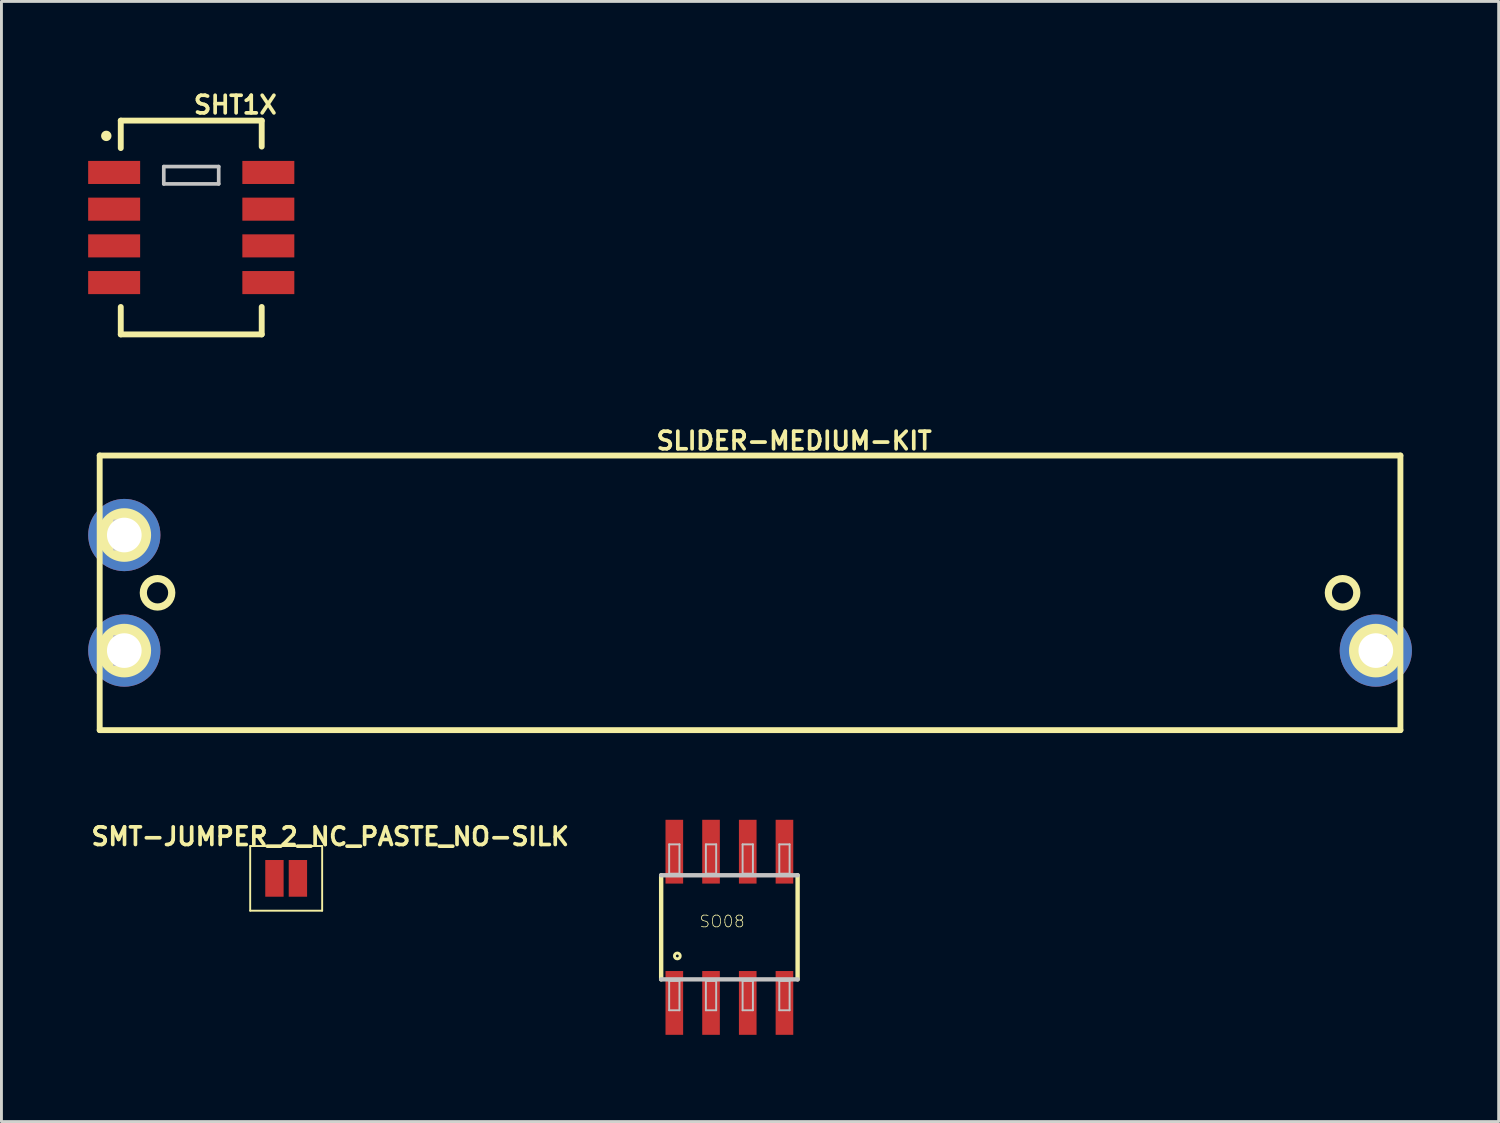
<source format=kicad_pcb>
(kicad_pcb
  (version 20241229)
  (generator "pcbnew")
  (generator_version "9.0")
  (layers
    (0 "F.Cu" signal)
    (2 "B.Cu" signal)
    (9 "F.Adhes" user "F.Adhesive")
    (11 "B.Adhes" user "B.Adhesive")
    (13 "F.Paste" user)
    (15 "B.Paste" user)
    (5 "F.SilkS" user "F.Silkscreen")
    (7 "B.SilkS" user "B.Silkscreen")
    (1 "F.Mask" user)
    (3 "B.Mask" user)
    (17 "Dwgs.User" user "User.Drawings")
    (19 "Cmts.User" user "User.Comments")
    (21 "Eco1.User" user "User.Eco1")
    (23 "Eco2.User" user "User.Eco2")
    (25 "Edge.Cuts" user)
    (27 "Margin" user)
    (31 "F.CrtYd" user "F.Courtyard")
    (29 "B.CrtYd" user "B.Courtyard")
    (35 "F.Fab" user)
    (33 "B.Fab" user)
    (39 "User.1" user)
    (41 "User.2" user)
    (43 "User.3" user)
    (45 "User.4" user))
  (footprint "SLIDER-MEDIUM-KIT"
    (layer "F.Cu")
    (at 22.898 17.458)
    (property "Reference" "SLIDER-MEDIUM-KIT" (at 1.524 -5.258 0) (layer "F.SilkS") (effects (font (size 0.61 0.61) (thickness 0.127))))
    (attr exclude_from_pos_files exclude_from_bom)
    (fp_line (start -22.499 -4.75) (end -22.499 4.75) (stroke (width 0.203) (type solid)) (layer "F.SilkS"))
    (fp_line (start -22.499 4.75) (end 22.499 4.75) (stroke (width 0.203) (type solid)) (layer "F.SilkS"))
    (fp_line (start 22.499 -4.75) (end -22.499 -4.75) (stroke (width 0.203) (type solid)) (layer "F.SilkS"))
    (fp_line (start 22.499 4.75) (end 22.499 -4.75) (stroke (width 0.203) (type solid)) (layer "F.SilkS"))
    (fp_circle (center -21.648 -1.999) (end -22.304 -2.654) (stroke (width 0) (type solid)) (fill yes) (layer "F.SilkS"))
    (fp_circle (center -21.648 -1.999) (end -21.948 -2.299) (stroke (width 0) (type solid)) (fill yes) (layer "F.SilkS"))
    (fp_circle (center -21.648 1.999) (end -22.304 2.654) (stroke (width 0) (type solid)) (fill yes) (layer "F.SilkS"))
    (fp_circle (center -21.648 1.999) (end -21.948 2.299) (stroke (width 0) (type solid)) (fill yes) (layer "F.SilkS"))
    (fp_circle (center -20.498 0) (end -20.846 0.348) (stroke (width 0.249) (type solid)) (fill no) (layer "F.SilkS"))
    (fp_circle (center 20.498 0) (end 20.846 0.348) (stroke (width 0.249) (type solid)) (fill no) (layer "F.SilkS"))
    (fp_circle (center 21.648 1.999) (end 21.948 2.299) (stroke (width 0) (type solid)) (fill yes) (layer "F.SilkS"))
    (fp_circle (center 21.648 1.999) (end 22.304 2.654) (stroke (width 0) (type solid)) (fill yes) (layer "F.SilkS"))
    (fp_line (start -21.999 -2.499) (end -21.499 -2.499) (stroke (width 0.066) (type solid)) (layer "Dwgs.User"))
    (fp_line (start -21.999 -1.499) (end -21.999 -2.499) (stroke (width 0.066) (type solid)) (layer "Dwgs.User"))
    (fp_line (start -21.999 -1.499) (end -21.499 -1.499) (stroke (width 0.066) (type solid)) (layer "Dwgs.User"))
    (fp_line (start -21.999 1.499) (end -21.499 1.499) (stroke (width 0.066) (type solid)) (layer "Dwgs.User"))
    (fp_line (start -21.999 2.499) (end -21.999 1.499) (stroke (width 0.066) (type solid)) (layer "Dwgs.User"))
    (fp_line (start -21.999 2.499) (end -21.499 2.499) (stroke (width 0.066) (type solid)) (layer "Dwgs.User"))
    (fp_line (start -21.499 -1.499) (end -21.499 -2.499) (stroke (width 0.066) (type solid)) (layer "Dwgs.User"))
    (fp_line (start -21.499 2.499) (end -21.499 1.499) (stroke (width 0.066) (type solid)) (layer "Dwgs.User"))
    (fp_line (start 21.499 1.499) (end 21.999 1.499) (stroke (width 0.066) (type solid)) (layer "Dwgs.User"))
    (fp_line (start 21.499 2.499) (end 21.499 1.499) (stroke (width 0.066) (type solid)) (layer "Dwgs.User"))
    (fp_line (start 21.499 2.499) (end 21.999 2.499) (stroke (width 0.066) (type solid)) (layer "Dwgs.User"))
    (fp_line (start 21.999 2.499) (end 21.999 1.499) (stroke (width 0.066) (type solid)) (layer "Dwgs.User"))
    (pad "BOTT" thru_hole circle (at 21.648 1.999) (size 2.499 2.499) (drill 1.199) (layers "*.Cu" "*.Paste" "*.Mask"))
    (pad "TOP" thru_hole circle (at -21.648 1.999) (size 2.499 2.499) (drill 1.199) (layers "*.Cu" "*.Paste" "*.Mask"))
    (pad "WIPE" thru_hole circle (at -21.648 -1.999) (size 2.499 2.499) (drill 1.199) (layers "*.Cu" "*.Paste" "*.Mask")))
  (footprint "SHT1X"
    (layer "F.Cu")
    (at 3.566 4.821)
    (property "Reference" "SHT1X" (at 1.524 -4.242 0) (layer "F.SilkS") (effects (font (size 0.61 0.61) (thickness 0.127))))
    (attr smd)
    (fp_line (start -2.438 -3.698) (end 2.438 -3.698) (stroke (width 0.203) (type solid)) (layer "F.SilkS"))
    (fp_line (start -2.438 -2.748) (end -2.438 -3.698) (stroke (width 0.203) (type solid)) (layer "F.SilkS"))
    (fp_line (start -2.438 3.698) (end -2.438 2.748) (stroke (width 0.203) (type solid)) (layer "F.SilkS"))
    (fp_line (start 2.438 -3.698) (end 2.438 -2.799) (stroke (width 0.203) (type solid)) (layer "F.SilkS"))
    (fp_line (start 2.438 2.748) (end 2.438 3.698) (stroke (width 0.203) (type solid)) (layer "F.SilkS"))
    (fp_line (start 2.438 3.698) (end -2.438 3.698) (stroke (width 0.203) (type solid)) (layer "F.SilkS"))
    (fp_circle (center -2.939 -3.17) (end -3.066 -3.297) (stroke (width 0) (type solid)) (fill yes) (layer "F.SilkS"))
    (fp_line (start -0.95 -2.108) (end 0.95 -2.108) (stroke (width 0.127) (type solid)) (layer "Dwgs.User"))
    (fp_line (start -0.95 -1.509) (end -0.95 -2.108) (stroke (width 0.127) (type solid)) (layer "Dwgs.User"))
    (fp_line (start 0.95 -2.108) (end 0.95 -1.509) (stroke (width 0.127) (type solid)) (layer "Dwgs.User"))
    (fp_line (start 0.95 -1.509) (end -0.95 -1.509) (stroke (width 0.127) (type solid)) (layer "Dwgs.User"))
    (pad "1" smd rect (at -2.667 -1.905 180) (size 1.798 0.798) (layers "F.Cu" "F.Mask" "F.Paste"))
    (pad "2" smd rect (at -2.667 -0.635 180) (size 1.798 0.798) (layers "F.Cu" "F.Mask" "F.Paste"))
    (pad "3" smd rect (at -2.667 0.635 180) (size 1.798 0.798) (layers "F.Cu" "F.Mask" "F.Paste"))
    (pad "4" smd rect (at -2.667 1.905 180) (size 1.798 0.798) (layers "F.Cu" "F.Mask" "F.Paste"))
    (pad "5" smd rect (at 2.667 1.905 180) (size 1.798 0.798) (layers "F.Cu" "F.Mask" "F.Paste"))
    (pad "6" smd rect (at 2.667 0.635 180) (size 1.798 0.798) (layers "F.Cu" "F.Mask" "F.Paste"))
    (pad "7" smd rect (at 2.667 -0.635 180) (size 1.798 0.798) (layers "F.Cu" "F.Mask" "F.Paste"))
    (pad "8" smd rect (at 2.667 -1.905 180) (size 1.798 0.798) (layers "F.Cu" "F.Mask" "F.Paste")))
  (footprint "SMT-JUMPER_2_NC_PASTE_NO-SILK"
    (layer "F.Cu")
    (at 6.85 27.337)
    (property "Reference" "SMT-JUMPER_2_NC_PASTE_NO-SILK" (at 1.524 -1.448 0) (layer "F.SilkS") (effects (font (size 0.61 0.61) (thickness 0.127))))
    (attr smd)
    (fp_line (start -1.245 -1.118) (end 1.245 -1.118) (stroke (width 0.066) (type solid)) (layer "F.SilkS"))
    (fp_line (start -1.245 1.118) (end -1.245 -1.118) (stroke (width 0.066) (type solid)) (layer "F.SilkS"))
    (fp_line (start -1.245 1.118) (end 1.245 1.118) (stroke (width 0.066) (type solid)) (layer "F.SilkS"))
    (fp_line (start 1.245 1.118) (end 1.245 -1.118) (stroke (width 0.066) (type solid)) (layer "F.SilkS"))
    (pad "1" smd rect (at -0.406 0) (size 0.635 1.27) (layers "F.Cu" "F.Mask" "F.Paste"))
    (pad "2" smd rect (at 0.406 0) (size 0.635 1.27) (layers "F.Cu" "F.Mask" "F.Paste")))
  (footprint "SO08"
    (layer "F.Cu")
    (at 22.183 29.03)
    (property "Reference" "SO08" (at -0.254 -0.203 0) (layer "F.SilkS") (effects (font (size 0.406 0.406) (thickness 0.025))))
    (attr smd)
    (fp_line (start -2.36 -1.801) (end -2.36 1.801) (stroke (width 0.152) (type solid)) (layer "F.SilkS"))
    (fp_line (start 2.36 1.801) (end 2.36 -1.801) (stroke (width 0.152) (type solid)) (layer "F.SilkS"))
    (fp_circle (center -1.801 0.991) (end -1.872 1.062) (stroke (width 0.102) (type solid)) (fill no) (layer "F.SilkS"))
    (fp_line (start -2.36 1.801) (end 2.36 1.801) (stroke (width 0.152) (type solid)) (layer "Dwgs.User"))
    (fp_line (start -2.083 -2.87) (end -1.727 -2.87) (stroke (width 0.066) (type solid)) (layer "Dwgs.User"))
    (fp_line (start -2.083 -1.854) (end -2.083 -2.87) (stroke (width 0.066) (type solid)) (layer "Dwgs.User"))
    (fp_line (start -2.083 -1.854) (end -1.727 -1.854) (stroke (width 0.066) (type solid)) (layer "Dwgs.User"))
    (fp_line (start -2.083 1.854) (end -1.727 1.854) (stroke (width 0.066) (type solid)) (layer "Dwgs.User"))
    (fp_line (start -2.083 2.87) (end -2.083 1.854) (stroke (width 0.066) (type solid)) (layer "Dwgs.User"))
    (fp_line (start -2.083 2.87) (end -1.727 2.87) (stroke (width 0.066) (type solid)) (layer "Dwgs.User"))
    (fp_line (start -1.727 -1.854) (end -1.727 -2.87) (stroke (width 0.066) (type solid)) (layer "Dwgs.User"))
    (fp_line (start -1.727 2.87) (end -1.727 1.854) (stroke (width 0.066) (type solid)) (layer "Dwgs.User"))
    (fp_line (start -0.813 -2.87) (end -0.457 -2.87) (stroke (width 0.066) (type solid)) (layer "Dwgs.User"))
    (fp_line (start -0.813 -1.854) (end -0.813 -2.87) (stroke (width 0.066) (type solid)) (layer "Dwgs.User"))
    (fp_line (start -0.813 -1.854) (end -0.457 -1.854) (stroke (width 0.066) (type solid)) (layer "Dwgs.User"))
    (fp_line (start -0.813 1.854) (end -0.457 1.854) (stroke (width 0.066) (type solid)) (layer "Dwgs.User"))
    (fp_line (start -0.813 2.87) (end -0.813 1.854) (stroke (width 0.066) (type solid)) (layer "Dwgs.User"))
    (fp_line (start -0.813 2.87) (end -0.457 2.87) (stroke (width 0.066) (type solid)) (layer "Dwgs.User"))
    (fp_line (start -0.457 -1.854) (end -0.457 -2.87) (stroke (width 0.066) (type solid)) (layer "Dwgs.User"))
    (fp_line (start -0.457 2.87) (end -0.457 1.854) (stroke (width 0.066) (type solid)) (layer "Dwgs.User"))
    (fp_line (start 0.457 -2.87) (end 0.813 -2.87) (stroke (width 0.066) (type solid)) (layer "Dwgs.User"))
    (fp_line (start 0.457 -1.854) (end 0.457 -2.87) (stroke (width 0.066) (type solid)) (layer "Dwgs.User"))
    (fp_line (start 0.457 -1.854) (end 0.813 -1.854) (stroke (width 0.066) (type solid)) (layer "Dwgs.User"))
    (fp_line (start 0.457 1.854) (end 0.813 1.854) (stroke (width 0.066) (type solid)) (layer "Dwgs.User"))
    (fp_line (start 0.457 2.87) (end 0.457 1.854) (stroke (width 0.066) (type solid)) (layer "Dwgs.User"))
    (fp_line (start 0.457 2.87) (end 0.813 2.87) (stroke (width 0.066) (type solid)) (layer "Dwgs.User"))
    (fp_line (start 0.813 -1.854) (end 0.813 -2.87) (stroke (width 0.066) (type solid)) (layer "Dwgs.User"))
    (fp_line (start 0.813 2.87) (end 0.813 1.854) (stroke (width 0.066) (type solid)) (layer "Dwgs.User"))
    (fp_line (start 1.727 -2.87) (end 2.083 -2.87) (stroke (width 0.066) (type solid)) (layer "Dwgs.User"))
    (fp_line (start 1.727 -1.854) (end 1.727 -2.87) (stroke (width 0.066) (type solid)) (layer "Dwgs.User"))
    (fp_line (start 1.727 -1.854) (end 2.083 -1.854) (stroke (width 0.066) (type solid)) (layer "Dwgs.User"))
    (fp_line (start 1.727 1.854) (end 2.083 1.854) (stroke (width 0.066) (type solid)) (layer "Dwgs.User"))
    (fp_line (start 1.727 2.87) (end 1.727 1.854) (stroke (width 0.066) (type solid)) (layer "Dwgs.User"))
    (fp_line (start 1.727 2.87) (end 2.083 2.87) (stroke (width 0.066) (type solid)) (layer "Dwgs.User"))
    (fp_line (start 2.083 -1.854) (end 2.083 -2.87) (stroke (width 0.066) (type solid)) (layer "Dwgs.User"))
    (fp_line (start 2.083 2.87) (end 2.083 1.854) (stroke (width 0.066) (type solid)) (layer "Dwgs.User"))
    (fp_line (start 2.36 -1.801) (end -2.36 -1.801) (stroke (width 0.152) (type solid)) (layer "Dwgs.User"))
    (pad "1" smd rect (at -1.905 2.616) (size 0.61 2.207) (layers "F.Cu" "F.Mask" "F.Paste"))
    (pad "2" smd rect (at -0.635 2.616) (size 0.61 2.207) (layers "F.Cu" "F.Mask" "F.Paste"))
    (pad "3" smd rect (at 0.635 2.616) (size 0.61 2.207) (layers "F.Cu" "F.Mask" "F.Paste"))
    (pad "4" smd rect (at 1.905 2.616) (size 0.61 2.207) (layers "F.Cu" "F.Mask" "F.Paste"))
    (pad "5" smd rect (at 1.905 -2.616) (size 0.61 2.207) (layers "F.Cu" "F.Mask" "F.Paste"))
    (pad "6" smd rect (at 0.635 -2.616) (size 0.61 2.207) (layers "F.Cu" "F.Mask" "F.Paste"))
    (pad "7" smd rect (at -0.635 -2.616) (size 0.61 2.207) (layers "F.Cu" "F.Mask" "F.Paste"))
    (pad "8" smd rect (at -1.905 -2.616) (size 0.61 2.207) (layers "F.Cu" "F.Mask" "F.Paste")))
  (gr_rect
    (start -3 -3)
    (end 48.796 35.75)
    (stroke (width 0.1) (type default))
    (fill no)
    (layer "Edge.Cuts")))
</source>
